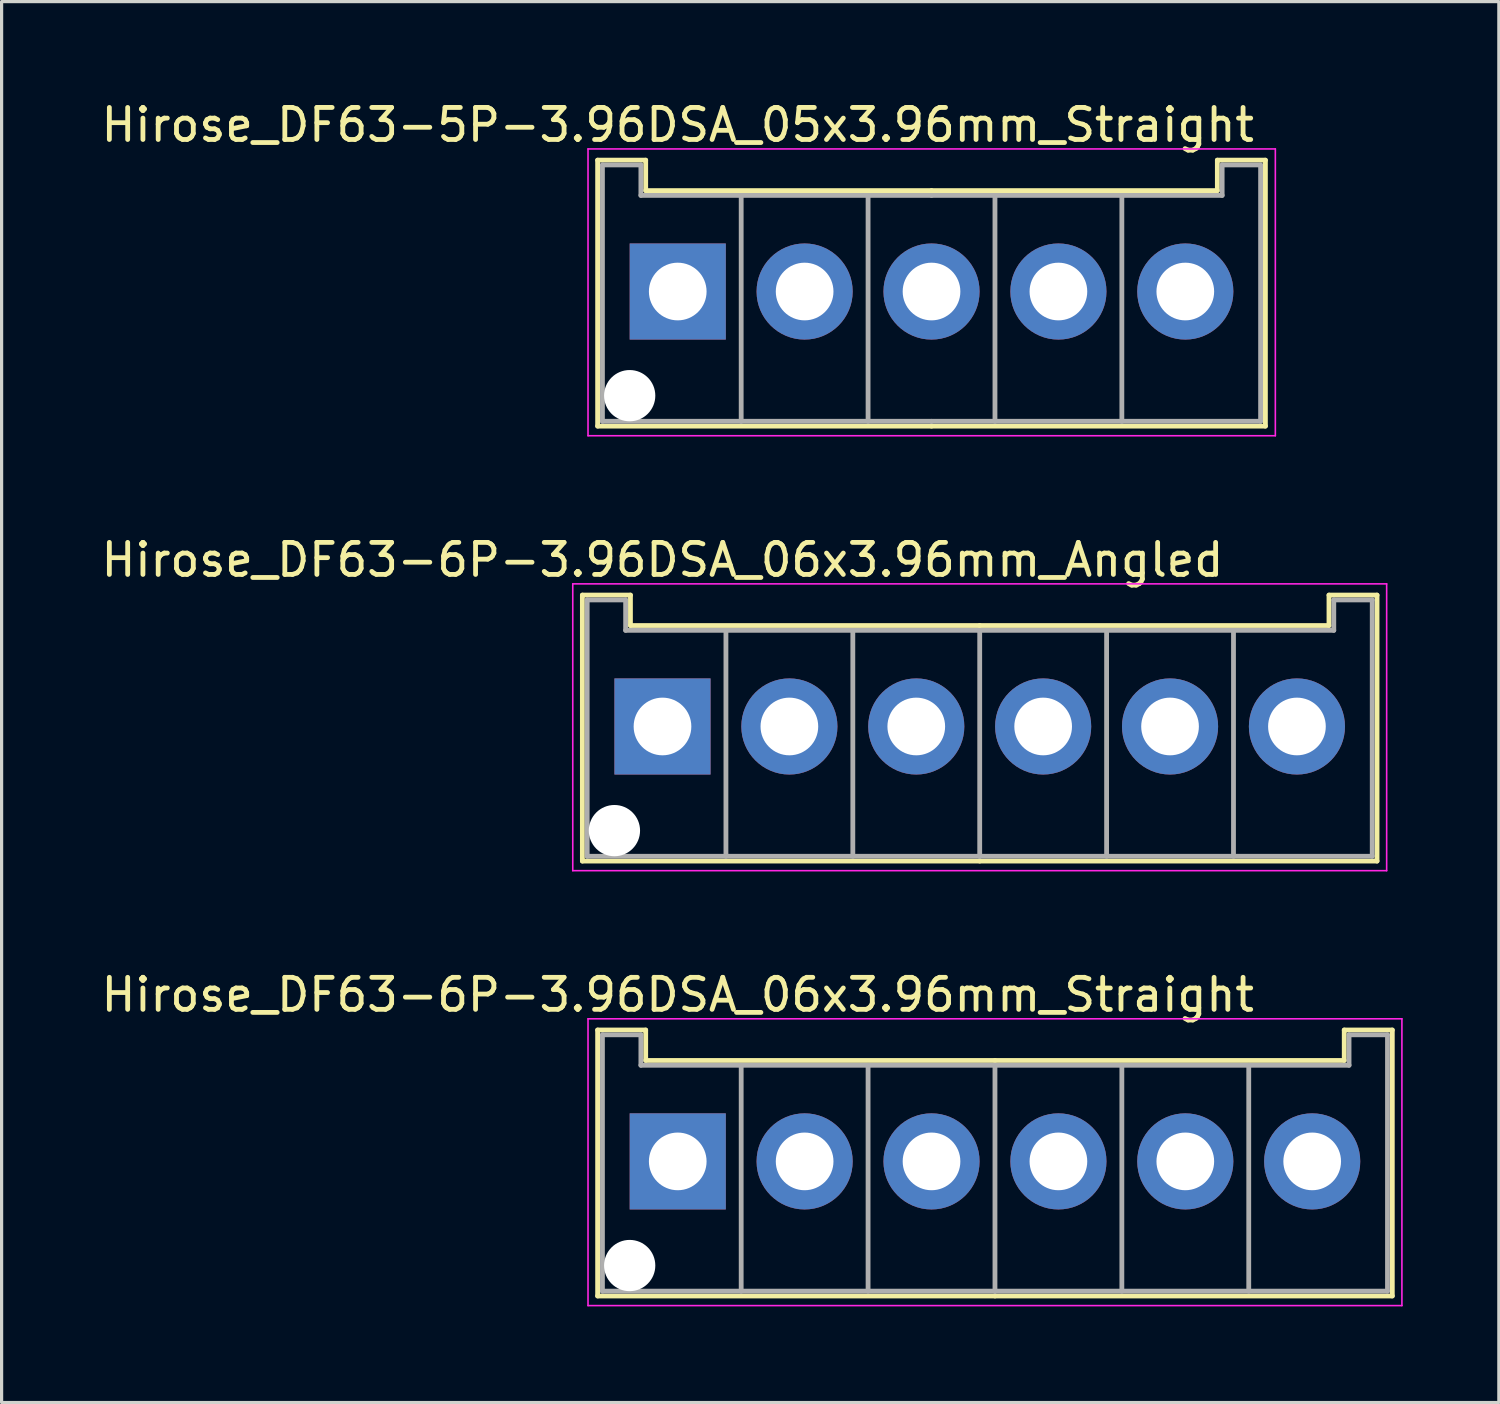
<source format=kicad_pcb>
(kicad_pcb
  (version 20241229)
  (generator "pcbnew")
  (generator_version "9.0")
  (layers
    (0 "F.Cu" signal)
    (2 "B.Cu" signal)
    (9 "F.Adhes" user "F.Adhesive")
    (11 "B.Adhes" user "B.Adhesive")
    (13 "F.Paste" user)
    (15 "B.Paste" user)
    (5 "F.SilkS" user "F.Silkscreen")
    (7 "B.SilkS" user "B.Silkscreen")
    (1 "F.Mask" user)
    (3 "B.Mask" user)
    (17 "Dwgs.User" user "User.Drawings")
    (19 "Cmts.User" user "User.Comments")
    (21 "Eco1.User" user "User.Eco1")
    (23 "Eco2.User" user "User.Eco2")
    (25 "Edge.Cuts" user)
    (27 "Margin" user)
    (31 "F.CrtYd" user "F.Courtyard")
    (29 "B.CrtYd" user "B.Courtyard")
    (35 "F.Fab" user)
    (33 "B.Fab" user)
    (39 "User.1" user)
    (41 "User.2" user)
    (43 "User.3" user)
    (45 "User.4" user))
  (footprint "Hirose_DF63-6P-3.96DSA_06x3.96mm_Straight"
    (layer "F.Cu")
    (at 18.101 33.195)
    (property "Reference" "Hirose_DF63-6P-3.96DSA_06x3.96mm_Straight" (at 0 -5.2 0) (layer "F.SilkS") (effects (font (size 1 1) (thickness 0.15))))
    (attr through_hole)
    (fp_line (start -2.5 -4.1) (end -1 -4.1) (stroke (width 0.15) (type solid)) (layer "F.SilkS"))
    (fp_line (start -2.5 4.2) (end -2.5 -4.1) (stroke (width 0.15) (type solid)) (layer "F.SilkS"))
    (fp_line (start -1 -4.1) (end -1 -3.15) (stroke (width 0.15) (type solid)) (layer "F.SilkS"))
    (fp_line (start -1 -3.15) (end 9.9 -3.15) (stroke (width 0.15) (type solid)) (layer "F.SilkS"))
    (fp_line (start 9.9 4.2) (end -2.5 4.2) (stroke (width 0.15) (type solid)) (layer "F.SilkS"))
    (fp_line (start 9.9 4.2) (end 22.3 4.2) (stroke (width 0.15) (type solid)) (layer "F.SilkS"))
    (fp_line (start 20.8 -4.1) (end 20.8 -3.15) (stroke (width 0.15) (type solid)) (layer "F.SilkS"))
    (fp_line (start 20.8 -3.15) (end 9.9 -3.15) (stroke (width 0.15) (type solid)) (layer "F.SilkS"))
    (fp_line (start 22.3 -4.1) (end 20.8 -4.1) (stroke (width 0.15) (type solid)) (layer "F.SilkS"))
    (fp_line (start 22.3 4.2) (end 22.3 -4.1) (stroke (width 0.15) (type solid)) (layer "F.SilkS"))
    (fp_line (start -2.8 -4.45) (end -2.8 4.5) (stroke (width 0.05) (type solid)) (layer "F.CrtYd"))
    (fp_line (start -2.8 4.5) (end 22.6 4.5) (stroke (width 0.05) (type solid)) (layer "F.CrtYd"))
    (fp_line (start 22.6 -4.45) (end -2.8 -4.45) (stroke (width 0.05) (type solid)) (layer "F.CrtYd"))
    (fp_line (start 22.6 4.5) (end 22.6 -4.45) (stroke (width 0.05) (type solid)) (layer "F.CrtYd"))
    (fp_line (start -2.35 -3.95) (end -1.15 -3.95) (stroke (width 0.15) (type solid)) (layer "F.Fab"))
    (fp_line (start -2.35 4.05) (end -2.35 -3.95) (stroke (width 0.15) (type solid)) (layer "F.Fab"))
    (fp_line (start -1.15 -3.95) (end -1.15 -3) (stroke (width 0.15) (type solid)) (layer "F.Fab"))
    (fp_line (start -1.15 -3) (end 9.9 -3) (stroke (width 0.15) (type solid)) (layer "F.Fab"))
    (fp_line (start 1.98 -3) (end 1.98 4.05) (stroke (width 0.15) (type solid)) (layer "F.Fab"))
    (fp_line (start 5.94 -3) (end 5.94 4.05) (stroke (width 0.15) (type solid)) (layer "F.Fab"))
    (fp_line (start 9.9 -3) (end 9.9 4.05) (stroke (width 0.15) (type solid)) (layer "F.Fab"))
    (fp_line (start 9.9 4.05) (end -2.35 4.05) (stroke (width 0.15) (type solid)) (layer "F.Fab"))
    (fp_line (start 9.9 4.05) (end 22.15 4.05) (stroke (width 0.15) (type solid)) (layer "F.Fab"))
    (fp_line (start 13.86 -3) (end 13.86 4.05) (stroke (width 0.15) (type solid)) (layer "F.Fab"))
    (fp_line (start 17.82 -3) (end 17.82 4.05) (stroke (width 0.15) (type solid)) (layer "F.Fab"))
    (fp_line (start 20.95 -3.95) (end 20.95 -3) (stroke (width 0.15) (type solid)) (layer "F.Fab"))
    (fp_line (start 20.95 -3) (end 9.9 -3) (stroke (width 0.15) (type solid)) (layer "F.Fab"))
    (fp_line (start 22.15 -3.95) (end 20.95 -3.95) (stroke (width 0.15) (type solid)) (layer "F.Fab"))
    (fp_line (start 22.15 4.05) (end 22.15 -3.95) (stroke (width 0.15) (type solid)) (layer "F.Fab"))
    (pad "" np_thru_hole circle (at -1.5 3.25) (size 1.6 1.6) (drill 1.6) (layers "*.Cu"))
    (pad "1" thru_hole rect (at 0 0) (size 3 3) (drill 1.8) (layers "*.Cu" "*.Mask"))
    (pad "2" thru_hole circle (at 3.96 0) (size 3 3) (drill 1.8) (layers "*.Cu" "*.Mask"))
    (pad "3" thru_hole circle (at 7.92 0) (size 3 3) (drill 1.8) (layers "*.Cu" "*.Mask"))
    (pad "4" thru_hole circle (at 11.88 0) (size 3 3) (drill 1.8) (layers "*.Cu" "*.Mask"))
    (pad "5" thru_hole circle (at 15.84 0) (size 3 3) (drill 1.8) (layers "*.Cu" "*.Mask"))
    (pad "6" thru_hole circle (at 19.8 0) (size 3 3) (drill 1.8) (layers "*.Cu" "*.Mask")))
  (footprint "Hirose_DF63-6P-3.96DSA_06x3.96mm_Angled"
    (layer "F.Cu")
    (at 17.625 19.622)
    (property "Reference" "Hirose_DF63-6P-3.96DSA_06x3.96mm_Angled" (at 0 -5.2 0) (layer "F.SilkS") (effects (font (size 1 1) (thickness 0.15))))
    (attr through_hole)
    (fp_line (start -2.5 -4.1) (end -1 -4.1) (stroke (width 0.15) (type solid)) (layer "F.SilkS"))
    (fp_line (start -2.5 4.2) (end -2.5 -4.1) (stroke (width 0.15) (type solid)) (layer "F.SilkS"))
    (fp_line (start -1 -4.1) (end -1 -3.15) (stroke (width 0.15) (type solid)) (layer "F.SilkS"))
    (fp_line (start -1 -3.15) (end 9.9 -3.15) (stroke (width 0.15) (type solid)) (layer "F.SilkS"))
    (fp_line (start 9.9 4.2) (end -2.5 4.2) (stroke (width 0.15) (type solid)) (layer "F.SilkS"))
    (fp_line (start 9.9 4.2) (end 22.3 4.2) (stroke (width 0.15) (type solid)) (layer "F.SilkS"))
    (fp_line (start 20.8 -4.1) (end 20.8 -3.15) (stroke (width 0.15) (type solid)) (layer "F.SilkS"))
    (fp_line (start 20.8 -3.15) (end 9.9 -3.15) (stroke (width 0.15) (type solid)) (layer "F.SilkS"))
    (fp_line (start 22.3 -4.1) (end 20.8 -4.1) (stroke (width 0.15) (type solid)) (layer "F.SilkS"))
    (fp_line (start 22.3 4.2) (end 22.3 -4.1) (stroke (width 0.15) (type solid)) (layer "F.SilkS"))
    (fp_line (start -2.8 -4.45) (end -2.8 4.5) (stroke (width 0.05) (type solid)) (layer "F.CrtYd"))
    (fp_line (start -2.8 4.5) (end 22.6 4.5) (stroke (width 0.05) (type solid)) (layer "F.CrtYd"))
    (fp_line (start 22.6 -4.45) (end -2.8 -4.45) (stroke (width 0.05) (type solid)) (layer "F.CrtYd"))
    (fp_line (start 22.6 4.5) (end 22.6 -4.45) (stroke (width 0.05) (type solid)) (layer "F.CrtYd"))
    (fp_line (start -2.35 -3.95) (end -1.15 -3.95) (stroke (width 0.15) (type solid)) (layer "F.Fab"))
    (fp_line (start -2.35 4.05) (end -2.35 -3.95) (stroke (width 0.15) (type solid)) (layer "F.Fab"))
    (fp_line (start -1.15 -3.95) (end -1.15 -3) (stroke (width 0.15) (type solid)) (layer "F.Fab"))
    (fp_line (start -1.15 -3) (end 9.9 -3) (stroke (width 0.15) (type solid)) (layer "F.Fab"))
    (fp_line (start 1.98 -3) (end 1.98 4.05) (stroke (width 0.15) (type solid)) (layer "F.Fab"))
    (fp_line (start 5.94 -3) (end 5.94 4.05) (stroke (width 0.15) (type solid)) (layer "F.Fab"))
    (fp_line (start 9.9 -3) (end 9.9 4.05) (stroke (width 0.15) (type solid)) (layer "F.Fab"))
    (fp_line (start 9.9 4.05) (end -2.35 4.05) (stroke (width 0.15) (type solid)) (layer "F.Fab"))
    (fp_line (start 9.9 4.05) (end 22.15 4.05) (stroke (width 0.15) (type solid)) (layer "F.Fab"))
    (fp_line (start 13.86 -3) (end 13.86 4.05) (stroke (width 0.15) (type solid)) (layer "F.Fab"))
    (fp_line (start 17.82 -3) (end 17.82 4.05) (stroke (width 0.15) (type solid)) (layer "F.Fab"))
    (fp_line (start 20.95 -3.95) (end 20.95 -3) (stroke (width 0.15) (type solid)) (layer "F.Fab"))
    (fp_line (start 20.95 -3) (end 9.9 -3) (stroke (width 0.15) (type solid)) (layer "F.Fab"))
    (fp_line (start 22.15 -3.95) (end 20.95 -3.95) (stroke (width 0.15) (type solid)) (layer "F.Fab"))
    (fp_line (start 22.15 4.05) (end 22.15 -3.95) (stroke (width 0.15) (type solid)) (layer "F.Fab"))
    (pad "" np_thru_hole circle (at -1.5 3.25) (size 1.6 1.6) (drill 1.6) (layers "*.Cu"))
    (pad "1" thru_hole rect (at 0 0) (size 3 3) (drill 1.8) (layers "*.Cu" "*.Mask"))
    (pad "2" thru_hole circle (at 3.96 0) (size 3 3) (drill 1.8) (layers "*.Cu" "*.Mask"))
    (pad "3" thru_hole circle (at 7.92 0) (size 3 3) (drill 1.8) (layers "*.Cu" "*.Mask"))
    (pad "4" thru_hole circle (at 11.88 0) (size 3 3) (drill 1.8) (layers "*.Cu" "*.Mask"))
    (pad "5" thru_hole circle (at 15.84 0) (size 3 3) (drill 1.8) (layers "*.Cu" "*.Mask"))
    (pad "6" thru_hole circle (at 19.8 0) (size 3 3) (drill 1.8) (layers "*.Cu" "*.Mask")))
  (footprint "Hirose_DF63-5P-3.96DSA_05x3.96mm_Straight"
    (layer "F.Cu")
    (at 18.101 6.048)
    (property "Reference" "Hirose_DF63-5P-3.96DSA_05x3.96mm_Straight" (at 0 -5.2 0) (layer "F.SilkS") (effects (font (size 1 1) (thickness 0.15))))
    (attr through_hole)
    (fp_line (start -2.5 -4.1) (end -1 -4.1) (stroke (width 0.15) (type solid)) (layer "F.SilkS"))
    (fp_line (start -2.5 4.2) (end -2.5 -4.1) (stroke (width 0.15) (type solid)) (layer "F.SilkS"))
    (fp_line (start -1 -4.1) (end -1 -3.15) (stroke (width 0.15) (type solid)) (layer "F.SilkS"))
    (fp_line (start -1 -3.15) (end 7.92 -3.15) (stroke (width 0.15) (type solid)) (layer "F.SilkS"))
    (fp_line (start 7.92 4.2) (end -2.5 4.2) (stroke (width 0.15) (type solid)) (layer "F.SilkS"))
    (fp_line (start 7.92 4.2) (end 18.34 4.2) (stroke (width 0.15) (type solid)) (layer "F.SilkS"))
    (fp_line (start 16.84 -4.1) (end 16.84 -3.15) (stroke (width 0.15) (type solid)) (layer "F.SilkS"))
    (fp_line (start 16.84 -3.15) (end 7.92 -3.15) (stroke (width 0.15) (type solid)) (layer "F.SilkS"))
    (fp_line (start 18.34 -4.1) (end 16.84 -4.1) (stroke (width 0.15) (type solid)) (layer "F.SilkS"))
    (fp_line (start 18.34 4.2) (end 18.34 -4.1) (stroke (width 0.15) (type solid)) (layer "F.SilkS"))
    (fp_line (start -2.8 -4.45) (end -2.8 4.5) (stroke (width 0.05) (type solid)) (layer "F.CrtYd"))
    (fp_line (start -2.8 4.5) (end 18.65 4.5) (stroke (width 0.05) (type solid)) (layer "F.CrtYd"))
    (fp_line (start 18.65 -4.45) (end -2.8 -4.45) (stroke (width 0.05) (type solid)) (layer "F.CrtYd"))
    (fp_line (start 18.65 4.5) (end 18.65 -4.45) (stroke (width 0.05) (type solid)) (layer "F.CrtYd"))
    (fp_line (start -2.35 -3.95) (end -1.15 -3.95) (stroke (width 0.15) (type solid)) (layer "F.Fab"))
    (fp_line (start -2.35 4.05) (end -2.35 -3.95) (stroke (width 0.15) (type solid)) (layer "F.Fab"))
    (fp_line (start -1.15 -3.95) (end -1.15 -3) (stroke (width 0.15) (type solid)) (layer "F.Fab"))
    (fp_line (start -1.15 -3) (end 7.92 -3) (stroke (width 0.15) (type solid)) (layer "F.Fab"))
    (fp_line (start 1.98 -3) (end 1.98 4.05) (stroke (width 0.15) (type solid)) (layer "F.Fab"))
    (fp_line (start 5.94 -3) (end 5.94 4.05) (stroke (width 0.15) (type solid)) (layer "F.Fab"))
    (fp_line (start 7.92 4.05) (end -2.35 4.05) (stroke (width 0.15) (type solid)) (layer "F.Fab"))
    (fp_line (start 7.92 4.05) (end 18.19 4.05) (stroke (width 0.15) (type solid)) (layer "F.Fab"))
    (fp_line (start 9.9 -3) (end 9.9 4.05) (stroke (width 0.15) (type solid)) (layer "F.Fab"))
    (fp_line (start 13.86 -3) (end 13.86 4.05) (stroke (width 0.15) (type solid)) (layer "F.Fab"))
    (fp_line (start 16.99 -3.95) (end 16.99 -3) (stroke (width 0.15) (type solid)) (layer "F.Fab"))
    (fp_line (start 16.99 -3) (end 7.92 -3) (stroke (width 0.15) (type solid)) (layer "F.Fab"))
    (fp_line (start 18.19 -3.95) (end 16.99 -3.95) (stroke (width 0.15) (type solid)) (layer "F.Fab"))
    (fp_line (start 18.19 4.05) (end 18.19 -3.95) (stroke (width 0.15) (type solid)) (layer "F.Fab"))
    (pad "" np_thru_hole circle (at -1.5 3.25) (size 1.6 1.6) (drill 1.6) (layers "*.Cu"))
    (pad "1" thru_hole rect (at 0 0) (size 3 3) (drill 1.8) (layers "*.Cu" "*.Mask"))
    (pad "2" thru_hole circle (at 3.96 0) (size 3 3) (drill 1.8) (layers "*.Cu" "*.Mask"))
    (pad "3" thru_hole circle (at 7.92 0) (size 3 3) (drill 1.8) (layers "*.Cu" "*.Mask"))
    (pad "4" thru_hole circle (at 11.88 0) (size 3 3) (drill 1.8) (layers "*.Cu" "*.Mask"))
    (pad "5" thru_hole circle (at 15.84 0) (size 3 3) (drill 1.8) (layers "*.Cu" "*.Mask")))
  (gr_rect
    (start -3 -3)
    (end 43.726 40.72)
    (stroke (width 0.1) (type default))
    (fill no)
    (layer "Edge.Cuts")))
</source>
